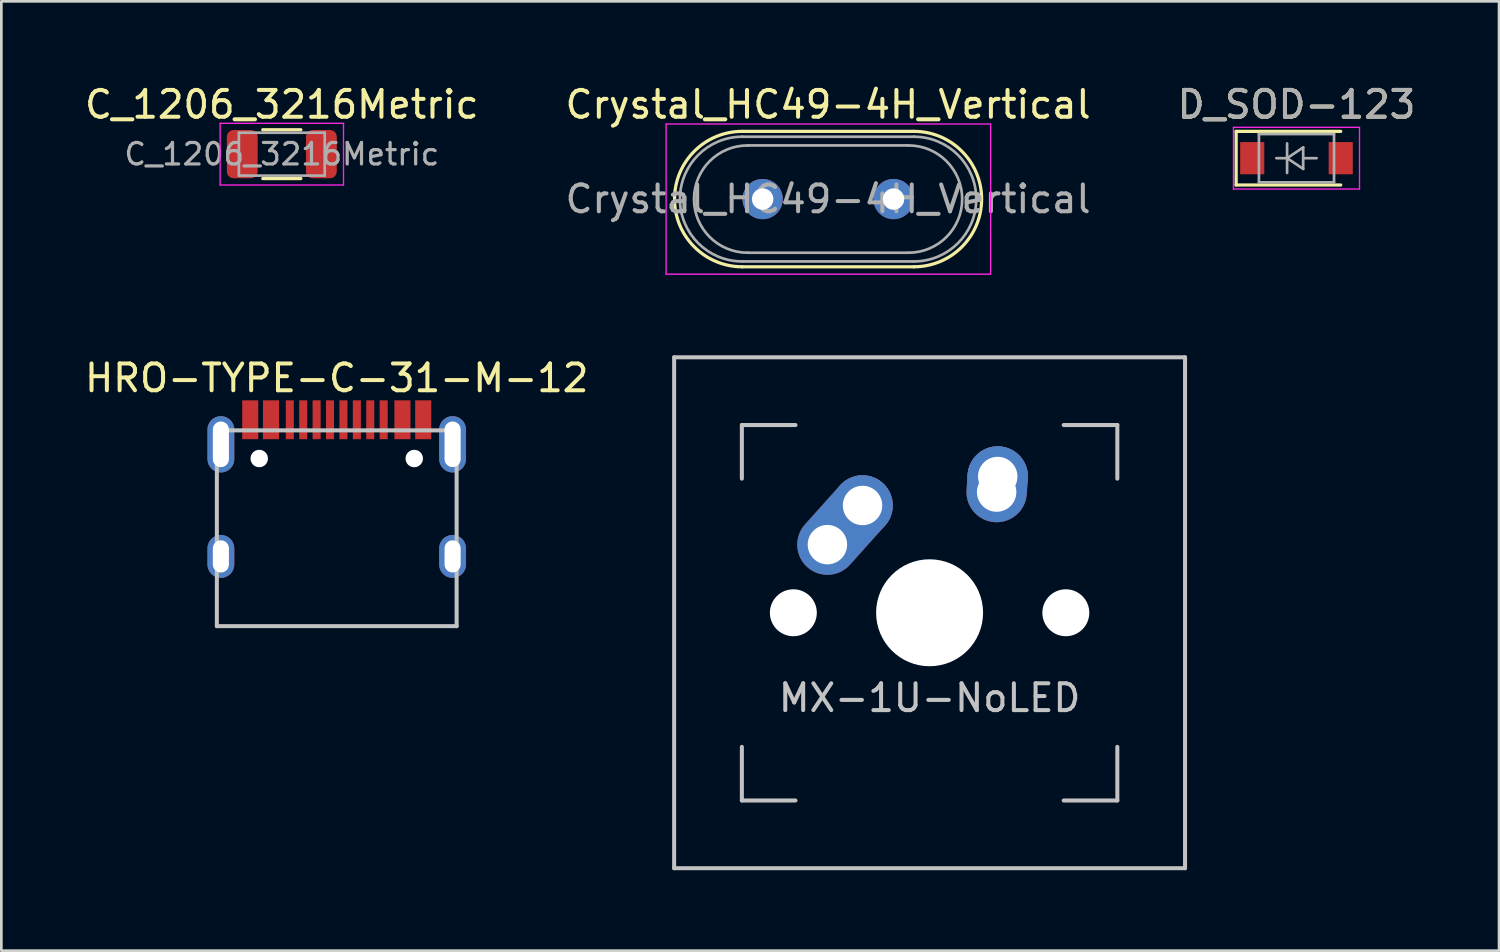
<source format=kicad_pcb>
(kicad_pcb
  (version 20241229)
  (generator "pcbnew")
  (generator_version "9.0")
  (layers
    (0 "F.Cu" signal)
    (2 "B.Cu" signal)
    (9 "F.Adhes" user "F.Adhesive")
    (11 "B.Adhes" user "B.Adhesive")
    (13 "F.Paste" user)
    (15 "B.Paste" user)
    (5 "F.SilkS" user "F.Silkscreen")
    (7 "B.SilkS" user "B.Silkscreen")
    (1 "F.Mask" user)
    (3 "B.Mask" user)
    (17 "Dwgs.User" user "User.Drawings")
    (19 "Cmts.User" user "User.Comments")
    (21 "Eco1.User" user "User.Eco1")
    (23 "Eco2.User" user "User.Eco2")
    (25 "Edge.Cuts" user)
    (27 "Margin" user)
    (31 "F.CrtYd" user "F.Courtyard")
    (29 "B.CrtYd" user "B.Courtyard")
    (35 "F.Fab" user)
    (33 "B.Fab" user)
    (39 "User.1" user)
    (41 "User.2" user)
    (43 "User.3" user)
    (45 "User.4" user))
  (footprint "Crystal_HC49-4H_Vertical"
    (layer "F.Cu")
    (at 25.387 4.373)
    (property "Reference" "Crystal_HC49-4H_Vertical" (at 2.44 -3.525 0) (layer "F.SilkS") (effects (font (size 1 1) (thickness 0.15))))
    (attr through_hole)
    (fp_line (start -0.76 -2.525) (end 5.64 -2.525) (stroke (width 0.12) (type solid)) (layer "F.SilkS"))
    (fp_line (start -0.76 2.525) (end 5.64 2.525) (stroke (width 0.12) (type solid)) (layer "F.SilkS"))
    (fp_arc (start -0.76 2.525) (mid -3.285 0) (end -0.76 -2.525) (stroke (width 0.12) (type solid)) (layer "F.SilkS"))
    (fp_arc (start 5.64 -2.525) (mid 8.165 0) (end 5.64 2.525) (stroke (width 0.12) (type solid)) (layer "F.SilkS"))
    (fp_line (start -3.6 -2.8) (end -3.6 2.8) (stroke (width 0.05) (type solid)) (layer "F.CrtYd"))
    (fp_line (start -3.6 2.8) (end 8.5 2.8) (stroke (width 0.05) (type solid)) (layer "F.CrtYd"))
    (fp_line (start 8.5 -2.8) (end -3.6 -2.8) (stroke (width 0.05) (type solid)) (layer "F.CrtYd"))
    (fp_line (start 8.5 2.8) (end 8.5 -2.8) (stroke (width 0.05) (type solid)) (layer "F.CrtYd"))
    (fp_line (start -0.76 -2.325) (end 5.64 -2.325) (stroke (width 0.1) (type solid)) (layer "F.Fab"))
    (fp_line (start -0.76 2.325) (end 5.64 2.325) (stroke (width 0.1) (type solid)) (layer "F.Fab"))
    (fp_line (start -0.56 -2) (end 5.44 -2) (stroke (width 0.1) (type solid)) (layer "F.Fab"))
    (fp_line (start -0.56 2) (end 5.44 2) (stroke (width 0.1) (type solid)) (layer "F.Fab"))
    (fp_arc (start -0.76 2.325) (mid -3.085 0) (end -0.76 -2.325) (stroke (width 0.1) (type solid)) (layer "F.Fab"))
    (fp_arc (start -0.56 2) (mid -2.56 0) (end -0.56 -2) (stroke (width 0.1) (type solid)) (layer "F.Fab"))
    (fp_arc (start 5.44 -2) (mid 7.44 0) (end 5.44 2) (stroke (width 0.1) (type solid)) (layer "F.Fab"))
    (fp_arc (start 5.64 -2.325) (mid 7.965 0) (end 5.64 2.325) (stroke (width 0.1) (type solid)) (layer "F.Fab"))
    (fp_text user "${REFERENCE}" (at 2.44 0 0) (layer "F.Fab") (effects (font (size 1 1) (thickness 0.15))))
    (pad "1" thru_hole circle (at 0 0 180) (size 1.5 1.5) (drill 0.8) (layers "*.Cu" "*.Mask"))
    (pad "2" thru_hole circle (at 4.88 0 180) (size 1.5 1.5) (drill 0.8) (layers "*.Cu" "*.Mask")))
  (footprint "D_SOD-123"
    (layer "F.Cu")
    (at 45.292 2.848)
    (property "Reference" "D_SOD-123" (at 0 -2 0) (layer "F.SilkS") (effects (font (size 1 1) (thickness 0.15))))
    (attr smd)
    (fp_line (start -2.25 -1) (end -2.25 1) (stroke (width 0.12) (type solid)) (layer "F.SilkS"))
    (fp_line (start -2.25 -1) (end 1.65 -1) (stroke (width 0.12) (type solid)) (layer "F.SilkS"))
    (fp_line (start -2.25 1) (end 1.65 1) (stroke (width 0.12) (type solid)) (layer "F.SilkS"))
    (fp_line (start -2.35 -1.15) (end -2.35 1.15) (stroke (width 0.05) (type solid)) (layer "F.CrtYd"))
    (fp_line (start -2.35 -1.15) (end 2.35 -1.15) (stroke (width 0.05) (type solid)) (layer "F.CrtYd"))
    (fp_line (start 2.35 -1.15) (end 2.35 1.15) (stroke (width 0.05) (type solid)) (layer "F.CrtYd"))
    (fp_line (start 2.35 1.15) (end -2.35 1.15) (stroke (width 0.05) (type solid)) (layer "F.CrtYd"))
    (fp_line (start -1.4 -0.9) (end 1.4 -0.9) (stroke (width 0.1) (type solid)) (layer "F.Fab"))
    (fp_line (start -1.4 0.9) (end -1.4 -0.9) (stroke (width 0.1) (type solid)) (layer "F.Fab"))
    (fp_line (start -0.75 0) (end -0.35 0) (stroke (width 0.1) (type solid)) (layer "F.Fab"))
    (fp_line (start -0.35 0) (end -0.35 -0.55) (stroke (width 0.1) (type solid)) (layer "F.Fab"))
    (fp_line (start -0.35 0) (end -0.35 0.55) (stroke (width 0.1) (type solid)) (layer "F.Fab"))
    (fp_line (start -0.35 0) (end 0.25 -0.4) (stroke (width 0.1) (type solid)) (layer "F.Fab"))
    (fp_line (start 0.25 -0.4) (end 0.25 0.4) (stroke (width 0.1) (type solid)) (layer "F.Fab"))
    (fp_line (start 0.25 0) (end 0.75 0) (stroke (width 0.1) (type solid)) (layer "F.Fab"))
    (fp_line (start 0.25 0.4) (end -0.35 0) (stroke (width 0.1) (type solid)) (layer "F.Fab"))
    (fp_line (start 1.4 -0.9) (end 1.4 0.9) (stroke (width 0.1) (type solid)) (layer "F.Fab"))
    (fp_line (start 1.4 0.9) (end -1.4 0.9) (stroke (width 0.1) (type solid)) (layer "F.Fab"))
    (fp_text user "${REFERENCE}" (at 0 -2 0) (layer "F.Fab") (effects (font (size 1 1) (thickness 0.15))))
    (pad "1" smd rect (at -1.65 0 180) (size 0.9 1.2) (layers "F.Cu" "F.Mask" "F.Paste"))
    (pad "2" smd rect (at 1.65 0 180) (size 0.9 1.2) (layers "F.Cu" "F.Mask" "F.Paste")))
  (footprint "HRO-TYPE-C-31-M-12"
    (layer "F.Cu")
    (at 9.506 20.297)
    (property "Reference" "HRO-TYPE-C-31-M-12" (at 0 -9.25 0) (layer "F.SilkS") (effects (font (size 1 1) (thickness 0.15))))
    (attr smd)
    (fp_line (start -4.47 -7.3) (end 4.47 -7.3) (stroke (width 0.15) (type solid)) (layer "Dwgs.User"))
    (fp_line (start -4.47 0) (end -4.47 -7.3) (stroke (width 0.15) (type solid)) (layer "Dwgs.User"))
    (fp_line (start -4.47 0) (end 4.47 0) (stroke (width 0.15) (type solid)) (layer "Dwgs.User"))
    (fp_line (start 4.47 0) (end 4.47 -7.3) (stroke (width 0.15) (type solid)) (layer "Dwgs.User"))
    (pad "" np_thru_hole circle (at -2.89 -6.25 180) (size 0.65 0.65) (drill 0.65) (layers "*.Cu" "*.Mask"))
    (pad "" np_thru_hole circle (at 2.89 -6.25 180) (size 0.65 0.65) (drill 0.65) (layers "*.Cu" "*.Mask"))
    (pad "1" smd rect (at -3.225 -7.695 180) (size 0.6 1.45) (layers "F.Cu" "F.Mask" "F.Paste"))
    (pad "2" smd rect (at -2.45 -7.695 180) (size 0.6 1.45) (layers "F.Cu" "F.Mask" "F.Paste"))
    (pad "3" smd rect (at -1.75 -7.695 180) (size 0.3 1.45) (layers "F.Cu" "F.Mask" "F.Paste"))
    (pad "4" smd rect (at -1.25 -7.695 180) (size 0.3 1.45) (layers "F.Cu" "F.Mask" "F.Paste"))
    (pad "5" smd rect (at -0.75 -7.695 180) (size 0.3 1.45) (layers "F.Cu" "F.Mask" "F.Paste"))
    (pad "6" smd rect (at -0.25 -7.695 180) (size 0.3 1.45) (layers "F.Cu" "F.Mask" "F.Paste"))
    (pad "7" smd rect (at 0.25 -7.695 180) (size 0.3 1.45) (layers "F.Cu" "F.Mask" "F.Paste"))
    (pad "8" smd rect (at 0.75 -7.695 180) (size 0.3 1.45) (layers "F.Cu" "F.Mask" "F.Paste"))
    (pad "9" smd rect (at 1.25 -7.695 180) (size 0.3 1.45) (layers "F.Cu" "F.Mask" "F.Paste"))
    (pad "10" smd rect (at 1.75 -7.695 180) (size 0.3 1.45) (layers "F.Cu" "F.Mask" "F.Paste"))
    (pad "11" smd rect (at 2.45 -7.695 180) (size 0.6 1.45) (layers "F.Cu" "F.Mask" "F.Paste"))
    (pad "12" smd rect (at 3.225 -7.695 180) (size 0.6 1.45) (layers "F.Cu" "F.Mask" "F.Paste"))
    (pad "13" thru_hole oval (at -4.32 -6.78 180) (size 1 2.1) (drill oval 0.6 1.7) (layers "*.Cu" "B.Mask"))
    (pad "13" thru_hole oval (at -4.32 -2.6 180) (size 1 1.6) (drill oval 0.6 1.2) (layers "*.Cu" "B.Mask"))
    (pad "13" thru_hole oval (at 4.32 -6.78 180) (size 1 2.1) (drill oval 0.6 1.7) (layers "*.Cu" "B.Mask"))
    (pad "13" thru_hole oval (at 4.32 -2.6 180) (size 1 1.6) (drill oval 0.6 1.2) (layers "*.Cu" "B.Mask")))
  (footprint "MX-1U-NoLED"
    (layer "F.Cu")
    (at 31.612 19.798)
    (property "Reference" "MX-1U-NoLED" (at 0 3.175 0) (layer "Dwgs.User") (effects (font (size 1 1) (thickness 0.15))))
    (attr through_hole)
    (fp_line (start -9.525 -9.525) (end 9.525 -9.525) (stroke (width 0.15) (type solid)) (layer "Dwgs.User"))
    (fp_line (start -9.525 9.525) (end -9.525 -9.525) (stroke (width 0.15) (type solid)) (layer "Dwgs.User"))
    (fp_line (start -7 -7) (end -7 -5) (stroke (width 0.15) (type solid)) (layer "Dwgs.User"))
    (fp_line (start -7 5) (end -7 7) (stroke (width 0.15) (type solid)) (layer "Dwgs.User"))
    (fp_line (start -7 7) (end -5 7) (stroke (width 0.15) (type solid)) (layer "Dwgs.User"))
    (fp_line (start -5 -7) (end -7 -7) (stroke (width 0.15) (type solid)) (layer "Dwgs.User"))
    (fp_line (start 5 -7) (end 7 -7) (stroke (width 0.15) (type solid)) (layer "Dwgs.User"))
    (fp_line (start 5 7) (end 7 7) (stroke (width 0.15) (type solid)) (layer "Dwgs.User"))
    (fp_line (start 7 -7) (end 7 -5) (stroke (width 0.15) (type solid)) (layer "Dwgs.User"))
    (fp_line (start 7 7) (end 7 5) (stroke (width 0.15) (type solid)) (layer "Dwgs.User"))
    (fp_line (start 9.525 -9.525) (end 9.525 9.525) (stroke (width 0.15) (type solid)) (layer "Dwgs.User"))
    (fp_line (start 9.525 9.525) (end -9.525 9.525) (stroke (width 0.15) (type solid)) (layer "Dwgs.User"))
    (pad "" np_thru_hole circle (at -5.08 0 48.1) (size 1.75 1.75) (drill 1.75) (layers "*.Cu" "*.Mask"))
    (pad "" np_thru_hole circle (at 0 0) (size 3.988 3.988) (drill 3.988) (layers "*.Cu" "*.Mask"))
    (pad "" np_thru_hole circle (at 5.08 0 48.1) (size 1.75 1.75) (drill 1.75) (layers "*.Cu" "*.Mask"))
    (pad "1" thru_hole oval (at -3.81 -2.54 48.1) (size 4.212 2.25) (drill 1.47 (offset 0.981 0)) (layers "*.Cu" "B.Mask"))
    (pad "1" thru_hole circle (at -2.5 -4) (size 2.25 2.25) (drill 1.47) (layers "*.Cu" "B.Mask"))
    (pad "2" thru_hole oval (at 2.5 -4.5 86.055) (size 2.831 2.25) (drill 1.47 (offset 0.291 0)) (layers "*.Cu" "B.Mask"))
    (pad "2" thru_hole circle (at 2.54 -5.08) (size 2.25 2.25) (drill 1.47) (layers "*.Cu" "B.Mask")))
  (footprint "C_1206_3216Metric"
    (placed yes)
    (layer "F.Cu")
    (at 7.458 2.698)
    (property "Reference" "C_1206_3216Metric" (at 0 -1.85 0) (layer "F.SilkS") (effects (font (size 1 1) (thickness 0.15))))
    (attr smd)
    (fp_line (start -0.711 -0.91) (end 0.711 -0.91) (stroke (width 0.12) (type solid)) (layer "F.SilkS"))
    (fp_line (start -0.711 0.91) (end 0.711 0.91) (stroke (width 0.12) (type solid)) (layer "F.SilkS"))
    (fp_line (start -2.3 -1.15) (end 2.3 -1.15) (stroke (width 0.05) (type solid)) (layer "F.CrtYd"))
    (fp_line (start -2.3 1.15) (end -2.3 -1.15) (stroke (width 0.05) (type solid)) (layer "F.CrtYd"))
    (fp_line (start 2.3 -1.15) (end 2.3 1.15) (stroke (width 0.05) (type solid)) (layer "F.CrtYd"))
    (fp_line (start 2.3 1.15) (end -2.3 1.15) (stroke (width 0.05) (type solid)) (layer "F.CrtYd"))
    (fp_line (start -1.6 -0.8) (end 1.6 -0.8) (stroke (width 0.1) (type solid)) (layer "F.Fab"))
    (fp_line (start -1.6 0.8) (end -1.6 -0.8) (stroke (width 0.1) (type solid)) (layer "F.Fab"))
    (fp_line (start 1.6 -0.8) (end 1.6 0.8) (stroke (width 0.1) (type solid)) (layer "F.Fab"))
    (fp_line (start 1.6 0.8) (end -1.6 0.8) (stroke (width 0.1) (type solid)) (layer "F.Fab"))
    (fp_text user "${REFERENCE}" (at 0 0 0) (layer "F.Fab") (effects (font (size 0.8 0.8) (thickness 0.12))))
    (pad "1" smd roundrect (at -1.475 0 180) (size 1.15 1.8) (layers "F.Cu" "F.Mask" "F.Paste") (roundrect_rratio 0.217))
    (pad "2" smd roundrect (at 1.475 0 180) (size 1.15 1.8) (layers "F.Cu" "F.Mask" "F.Paste") (roundrect_rratio 0.217)))
  (gr_rect
    (start -3 -3)
    (end 52.845 32.398)
    (stroke (width 0.1) (type default))
    (fill no)
    (layer "Edge.Cuts")))
</source>
